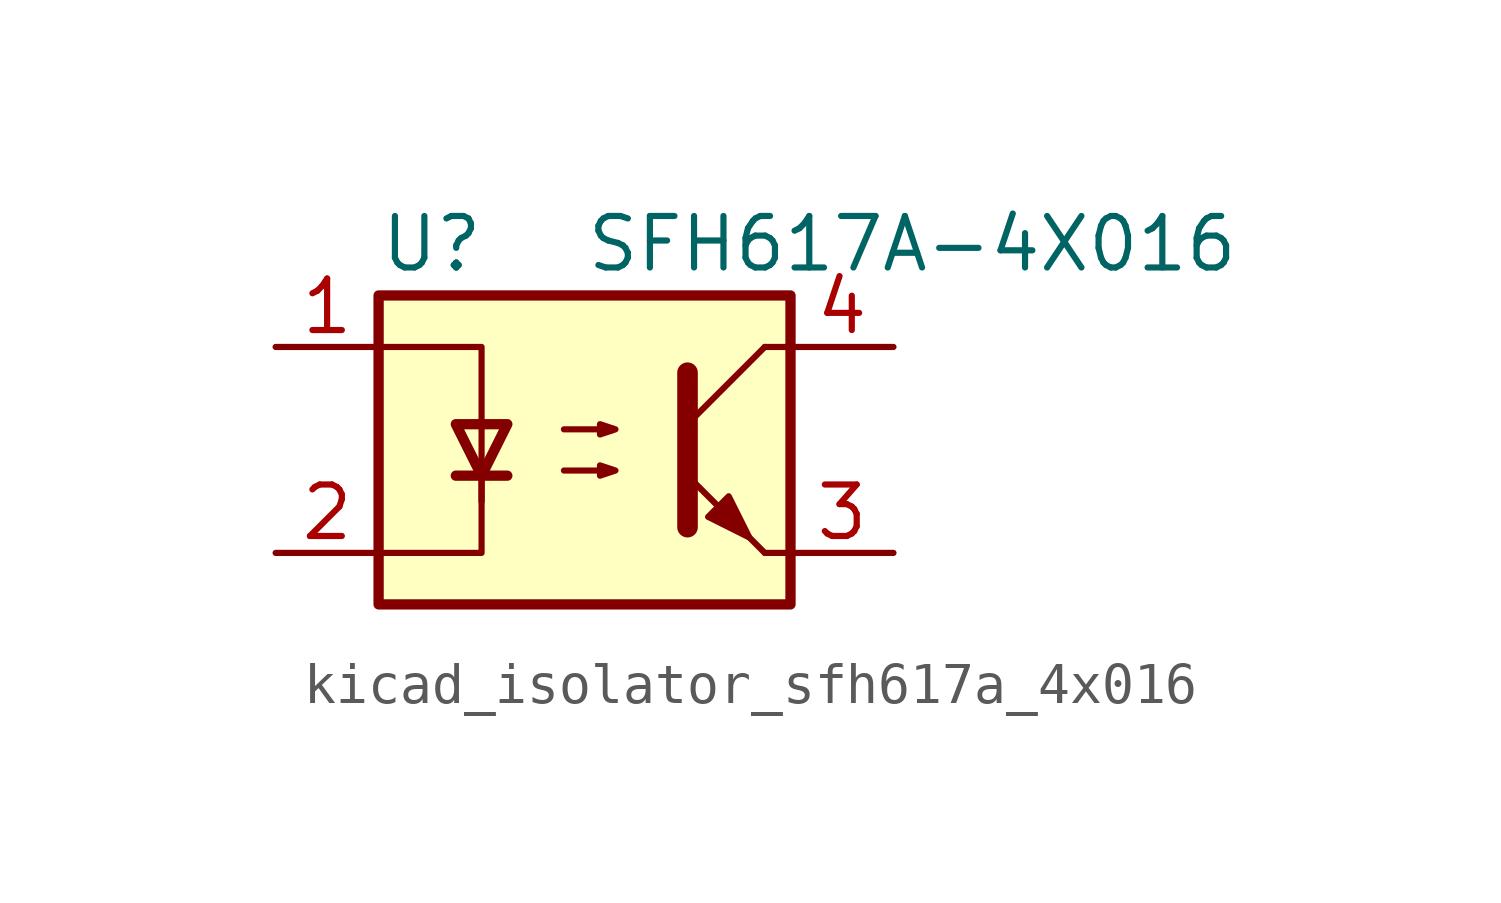
<source format=kicad_sym>
(kicad_symbol_lib
  (version 20220914)
  (generator kicad_symbol_editor)
  (symbol "kicad_isolator_sfh617a_4x016"
    (pin_names
      (offset 1.016))
    (property "Reference" "U"
      (at -5.08 5.08 0)
      (effects (font (size 1.27 1.27)) (justify left)))
    (property "Value" "SFH617A-4X016"
      (at 0 5.08 0)
      (effects (font (size 1.27 1.27)) (justify left)))
    (symbol "kicad_isolator_sfh617a_4x016_0_1"
      (rectangle (start -5.08 3.81) (end 5.08 -3.81) (stroke (width 0.254) (type default)) (fill (type background)))
      (polyline (pts (xy -3.175 -0.635) (xy -1.905 -0.635)) (stroke (width 0.254) (type default)) (fill (type none)))
      (polyline (pts (xy 2.54 0.635) (xy 4.445 2.54)) (stroke (width 0) (type default)) (fill (type none)))
      (polyline (pts (xy 4.445 -2.54) (xy 2.54 -0.635)) (stroke (width 0) (type default)) (fill (type outline)))
      (polyline (pts (xy 4.445 -2.54) (xy 5.08 -2.54)) (stroke (width 0) (type default)) (fill (type none)))
      (polyline (pts (xy 4.445 2.54) (xy 5.08 2.54)) (stroke (width 0) (type default)) (fill (type none)))
      (polyline (pts (xy -2.54 -0.635) (xy -2.54 -2.54) (xy -5.08 -2.54)) (stroke (width 0) (type default)) (fill (type none)))
      (polyline (pts (xy 2.54 1.905) (xy 2.54 -1.905) (xy 2.54 -1.905)) (stroke (width 0.508) (type default)) (fill (type none)))
      (polyline (pts (xy -5.08 2.54) (xy -2.54 2.54) (xy -2.54 -1.27) (xy -2.54 0.635)) (stroke (width 0) (type default)) (fill (type none)))
      (polyline (pts (xy -2.54 -0.635) (xy -3.175 0.635) (xy -1.905 0.635) (xy -2.54 -0.635)) (stroke (width 0.254) (type default)) (fill (type none)))
      (polyline (pts (xy -0.508 -0.508) (xy 0.762 -0.508) (xy 0.381 -0.635) (xy 0.381 -0.381) (xy 0.762 -0.508)) (stroke (width 0) (type default)) (fill (type none)))
      (polyline (pts (xy -0.508 0.508) (xy 0.762 0.508) (xy 0.381 0.381) (xy 0.381 0.635) (xy 0.762 0.508)) (stroke (width 0) (type default)) (fill (type none)))
      (polyline (pts (xy 3.048 -1.651) (xy 3.556 -1.143) (xy 4.064 -2.159) (xy 3.048 -1.651) (xy 3.048 -1.651)) (stroke (width 0) (type default)) (fill (type outline))))
    (symbol "kicad_isolator_sfh617a_4x016_1_1"
      (pin passive line (at -7.62 2.54 0) (length 2.54) (name "~" (effects (font (size 1.27 1.27)))) (number "1" (effects (font (size 1.27 1.27)))))
      (pin passive line (at -7.62 -2.54 0) (length 2.54) (name "~" (effects (font (size 1.27 1.27)))) (number "2" (effects (font (size 1.27 1.27)))))
      (pin passive line (at 7.62 -2.54 180) (length 2.54) (name "~" (effects (font (size 1.27 1.27)))) (number "3" (effects (font (size 1.27 1.27)))))
      (pin passive line (at 7.62 2.54 180) (length 2.54) (name "~" (effects (font (size 1.27 1.27)))) (number "4" (effects (font (size 1.27 1.27))))))))
</source>
